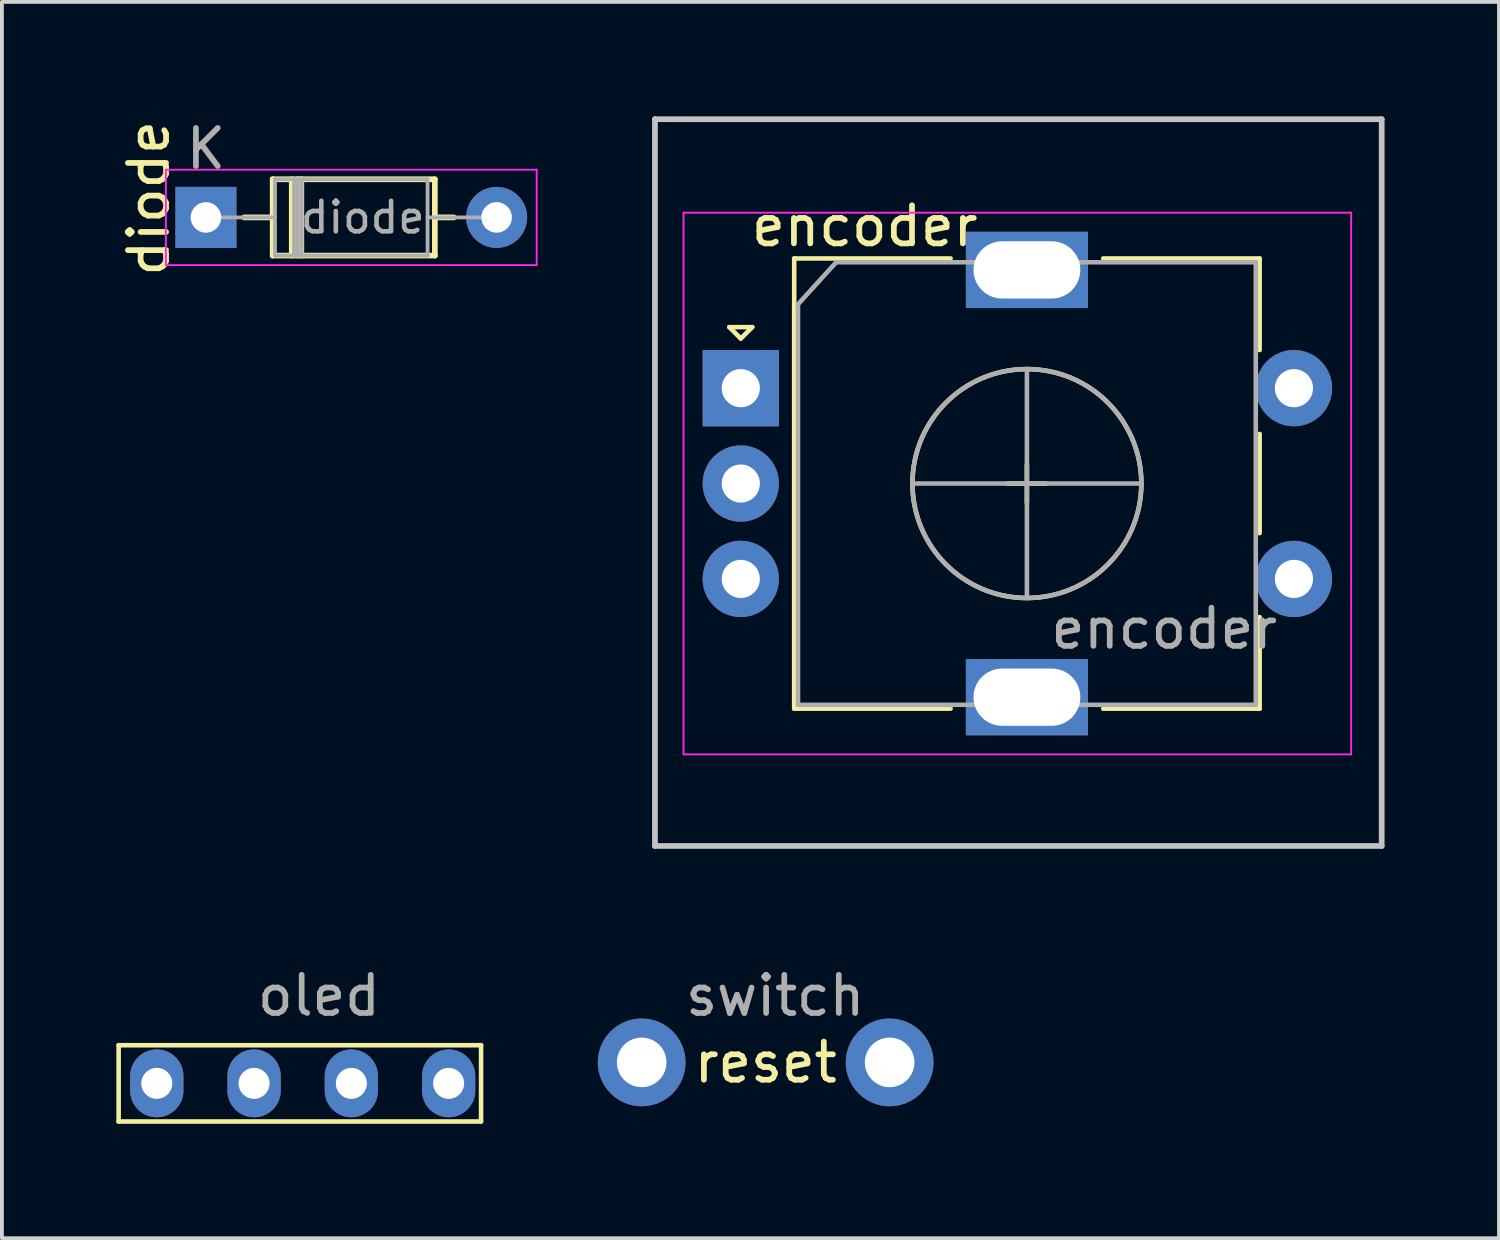
<source format=kicad_pcb>
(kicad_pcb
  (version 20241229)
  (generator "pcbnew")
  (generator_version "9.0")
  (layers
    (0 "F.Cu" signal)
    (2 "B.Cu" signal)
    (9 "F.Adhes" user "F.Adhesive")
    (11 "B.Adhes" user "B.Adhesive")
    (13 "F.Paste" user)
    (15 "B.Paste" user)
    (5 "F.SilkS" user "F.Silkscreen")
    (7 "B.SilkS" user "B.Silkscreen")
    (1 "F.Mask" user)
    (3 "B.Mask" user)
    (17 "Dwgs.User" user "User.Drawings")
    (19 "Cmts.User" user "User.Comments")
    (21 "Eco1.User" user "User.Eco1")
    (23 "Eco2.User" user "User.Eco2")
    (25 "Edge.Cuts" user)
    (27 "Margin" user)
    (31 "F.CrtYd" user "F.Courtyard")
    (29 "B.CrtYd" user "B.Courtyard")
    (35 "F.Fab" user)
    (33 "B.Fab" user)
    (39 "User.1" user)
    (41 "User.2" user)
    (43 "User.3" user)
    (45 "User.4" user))
  (footprint "oled"
    (layer "F.Cu")
    (at 1.06 25.348)
    (property "Reference" "oled" (at 4.25 -2.3 0) (unlocked yes) (layer "F.Fab") (effects (font (size 1 1) (thickness 0.15))))
    (attr through_hole)
    (fp_line (start -1 -1) (end 8.5 -1) (stroke (width 0.12) (type solid)) (layer "F.SilkS"))
    (fp_line (start -1 1) (end -1 -1) (stroke (width 0.12) (type solid)) (layer "F.SilkS"))
    (fp_line (start 8.5 -1) (end 8.5 1) (stroke (width 0.12) (type solid)) (layer "F.SilkS"))
    (fp_line (start 8.5 1) (end -1 1) (stroke (width 0.12) (type solid)) (layer "F.SilkS"))
    (pad "1" thru_hole oval (at 0 0) (size 1.397 1.778) (drill 0.813) (layers "*.Cu" "B.Mask"))
    (pad "2" thru_hole oval (at 2.55 0) (size 1.397 1.778) (drill 0.813) (layers "*.Cu" "B.Mask"))
    (pad "3" thru_hole oval (at 5.1 0) (size 1.397 1.778) (drill 0.813) (layers "*.Cu" "B.Mask"))
    (pad "4" thru_hole oval (at 7.65 0) (size 1.397 1.778) (drill 0.813) (layers "*.Cu" "B.Mask")))
  (footprint "diode"
    (layer "F.Cu")
    (at 2.348 2.649)
    (property "Reference" "diode" (at -1.5 -0.5 90) (unlocked yes) (layer "F.SilkS") (effects (font (size 1 1) (thickness 0.15))))
    (attr through_hole)
    (fp_line (start 1 0) (end 1.75 0) (stroke (width 0.15) (type solid)) (layer "F.SilkS"))
    (fp_line (start 1.75 -1) (end 1.75 1) (stroke (width 0.15) (type solid)) (layer "F.SilkS"))
    (fp_line (start 2.25 -1) (end 2.25 1) (stroke (width 0.15) (type solid)) (layer "F.SilkS"))
    (fp_line (start 2.4 -1) (end 2.4 1) (stroke (width 0.15) (type solid)) (layer "F.SilkS"))
    (fp_line (start 2.5 -1) (end 2.5 1) (stroke (width 0.15) (type solid)) (layer "F.SilkS"))
    (fp_line (start 6 -1) (end 1.75 -1) (stroke (width 0.15) (type solid)) (layer "F.SilkS"))
    (fp_line (start 6 -1) (end 6 1) (stroke (width 0.15) (type solid)) (layer "F.SilkS"))
    (fp_line (start 6 0) (end 6.5 0) (stroke (width 0.15) (type solid)) (layer "F.SilkS"))
    (fp_line (start 6 1) (end 1.75 1) (stroke (width 0.15) (type solid)) (layer "F.SilkS"))
    (fp_line (start -1.05 -1.25) (end -1.05 1.25) (stroke (width 0.05) (type solid)) (layer "F.CrtYd"))
    (fp_line (start -1.05 1.25) (end 8.67 1.25) (stroke (width 0.05) (type solid)) (layer "F.CrtYd"))
    (fp_line (start 8.67 -1.25) (end -1.05 -1.25) (stroke (width 0.05) (type solid)) (layer "F.CrtYd"))
    (fp_line (start 8.67 1.25) (end 8.67 -1.25) (stroke (width 0.05) (type solid)) (layer "F.CrtYd"))
    (fp_line (start 0 0) (end 1.81 0) (stroke (width 0.1) (type solid)) (layer "F.Fab"))
    (fp_line (start 1.81 -1) (end 1.81 1) (stroke (width 0.1) (type solid)) (layer "F.Fab"))
    (fp_line (start 1.81 1) (end 5.81 1) (stroke (width 0.1) (type solid)) (layer "F.Fab"))
    (fp_line (start 2.31 -1) (end 2.31 1) (stroke (width 0.1) (type solid)) (layer "F.Fab"))
    (fp_line (start 2.41 -1) (end 2.41 1) (stroke (width 0.1) (type solid)) (layer "F.Fab"))
    (fp_line (start 2.51 -1) (end 2.51 1) (stroke (width 0.1) (type solid)) (layer "F.Fab"))
    (fp_line (start 5.81 -1) (end 1.81 -1) (stroke (width 0.1) (type solid)) (layer "F.Fab"))
    (fp_line (start 5.81 1) (end 5.81 -1) (stroke (width 0.1) (type solid)) (layer "F.Fab"))
    (fp_line (start 7.62 0) (end 5.81 0) (stroke (width 0.1) (type solid)) (layer "F.Fab"))
    (fp_text user "K" (at 0 -1.8 0) (layer "F.Fab") (effects (font (size 1 1) (thickness 0.15))))
    (fp_text user "${REFERENCE}" (at 4.11 0 0) (layer "F.Fab") (effects (font (size 0.8 0.8) (thickness 0.12))))
    (pad "1" thru_hole rect (at 0 0) (size 1.6 1.6) (drill 0.8) (layers "*.Cu" "*.Mask"))
    (pad "2" thru_hole oval (at 7.62 0) (size 1.6 1.6) (drill 0.8) (layers "*.Cu" "*.Mask")))
  (footprint "switch"
    (layer "F.Cu")
    (at 13.77 24.798)
    (property "Reference" "switch" (at 3.5 -1.75 0) (unlocked yes) (layer "F.Fab") (effects (font (size 1 1) (thickness 0.15))))
    (attr through_hole)
    (fp_text user "reset" (at 3.25 0 0) (unlocked yes) (layer "F.SilkS") (effects (font (size 1 1) (thickness 0.15))))
    (pad "1" thru_hole circle (at 0 0) (size 2.3 2.3) (drill 1.3) (layers "*.Cu" "*.Mask"))
    (pad "2" thru_hole circle (at 6.5 0) (size 2.3 2.3) (drill 1.3) (layers "*.Cu" "*.Mask")))
  (footprint "encoder"
    (layer "F.Cu")
    (at 23.868 9.625)
    (property "Reference" "encoder" (at -4.25 -6.75 0) (unlocked yes) (layer "F.SilkS") (effects (font (size 1 1) (thickness 0.15))))
    (attr through_hole)
    (fp_line (start -7.8 -4.1) (end -7.2 -4.1) (stroke (width 0.12) (type solid)) (layer "F.SilkS"))
    (fp_line (start -7.5 -3.8) (end -7.8 -4.1) (stroke (width 0.12) (type solid)) (layer "F.SilkS"))
    (fp_line (start -7.2 -4.1) (end -7.5 -3.8) (stroke (width 0.12) (type solid)) (layer "F.SilkS"))
    (fp_line (start -6.1 -5.9) (end -6.1 5.9) (stroke (width 0.12) (type solid)) (layer "F.SilkS"))
    (fp_line (start -2 -5.9) (end -6.1 -5.9) (stroke (width 0.12) (type solid)) (layer "F.SilkS"))
    (fp_line (start -2 5.9) (end -6.1 5.9) (stroke (width 0.12) (type solid)) (layer "F.SilkS"))
    (fp_line (start -0.5 0) (end 0.5 0) (stroke (width 0.12) (type solid)) (layer "F.SilkS"))
    (fp_line (start 0 -0.5) (end 0 0.5) (stroke (width 0.12) (type solid)) (layer "F.SilkS"))
    (fp_line (start 2 -5.9) (end 6.1 -5.9) (stroke (width 0.12) (type solid)) (layer "F.SilkS"))
    (fp_line (start 6.1 -5.9) (end 6.1 -3.5) (stroke (width 0.12) (type solid)) (layer "F.SilkS"))
    (fp_line (start 6.1 -1.3) (end 6.1 1.3) (stroke (width 0.12) (type solid)) (layer "F.SilkS"))
    (fp_line (start 6.1 3.5) (end 6.1 5.9) (stroke (width 0.12) (type solid)) (layer "F.SilkS"))
    (fp_line (start 6.1 5.9) (end 2 5.9) (stroke (width 0.12) (type solid)) (layer "F.SilkS"))
    (fp_circle (center 0 0) (end 3 0) (stroke (width 0.12) (type solid)) (fill no) (layer "F.SilkS"))
    (fp_line (start -9.75 -9.55) (end 9.3 -9.55) (stroke (width 0.15) (type solid)) (layer "Dwgs.User"))
    (fp_line (start -9.75 9.5) (end -9.75 -9.55) (stroke (width 0.15) (type solid)) (layer "Dwgs.User"))
    (fp_line (start 9.3 -9.55) (end 9.3 9.5) (stroke (width 0.15) (type solid)) (layer "Dwgs.User"))
    (fp_line (start 9.3 9.5) (end -9.75 9.5) (stroke (width 0.15) (type solid)) (layer "Dwgs.User"))
    (fp_line (start -9 -7.1) (end -9 7.1) (stroke (width 0.05) (type solid)) (layer "F.CrtYd"))
    (fp_line (start -9 -7.1) (end 8.5 -7.1) (stroke (width 0.05) (type solid)) (layer "F.CrtYd"))
    (fp_line (start 8.5 7.1) (end -9 7.1) (stroke (width 0.05) (type solid)) (layer "F.CrtYd"))
    (fp_line (start 8.5 7.1) (end 8.5 -7.1) (stroke (width 0.05) (type solid)) (layer "F.CrtYd"))
    (fp_line (start -6 -4.7) (end -5 -5.8) (stroke (width 0.12) (type solid)) (layer "F.Fab"))
    (fp_line (start -6 5.8) (end -6 -4.7) (stroke (width 0.12) (type solid)) (layer "F.Fab"))
    (fp_line (start -5 -5.8) (end 6 -5.8) (stroke (width 0.12) (type solid)) (layer "F.Fab"))
    (fp_line (start -3 0) (end 3 0) (stroke (width 0.12) (type solid)) (layer "F.Fab"))
    (fp_line (start 0 -3) (end 0 3) (stroke (width 0.12) (type solid)) (layer "F.Fab"))
    (fp_line (start 6 -5.8) (end 6 5.8) (stroke (width 0.12) (type solid)) (layer "F.Fab"))
    (fp_line (start 6 5.8) (end -6 5.8) (stroke (width 0.12) (type solid)) (layer "F.Fab"))
    (fp_circle (center 0 0) (end 3 0) (stroke (width 0.12) (type solid)) (fill no) (layer "F.Fab"))
    (fp_text user "${REFERENCE}" (at 3.6 3.8 0) (layer "F.Fab") (effects (font (size 1 1) (thickness 0.15))))
    (pad "A" thru_hole rect (at -7.5 -2.5) (size 2 2) (drill 1) (layers "*.Cu" "*.Mask"))
    (pad "B" thru_hole circle (at -7.5 2.5) (size 2 2) (drill 1) (layers "*.Cu" "*.Mask"))
    (pad "C" thru_hole circle (at -7.5 0) (size 2 2) (drill 1) (layers "*.Cu" "*.Mask"))
    (pad "MP" thru_hole rect (at 0 -5.6) (size 3.2 2) (drill oval 2.8 1.5) (layers "*.Cu" "*.Mask"))
    (pad "MP" thru_hole rect (at 0 5.6) (size 3.2 2) (drill oval 2.8 1.5) (layers "*.Cu" "*.Mask"))
    (pad "S1" thru_hole circle (at 7 2.5) (size 2 2) (drill 1) (layers "*.Cu" "*.Mask"))
    (pad "S2" thru_hole circle (at 7 -2.5) (size 2 2) (drill 1) (layers "*.Cu" "*.Mask")))
  (gr_rect
    (start -3 -3)
    (end 36.243 29.408)
    (stroke (width 0.1) (type default))
    (fill no)
    (layer "Edge.Cuts")))
</source>
